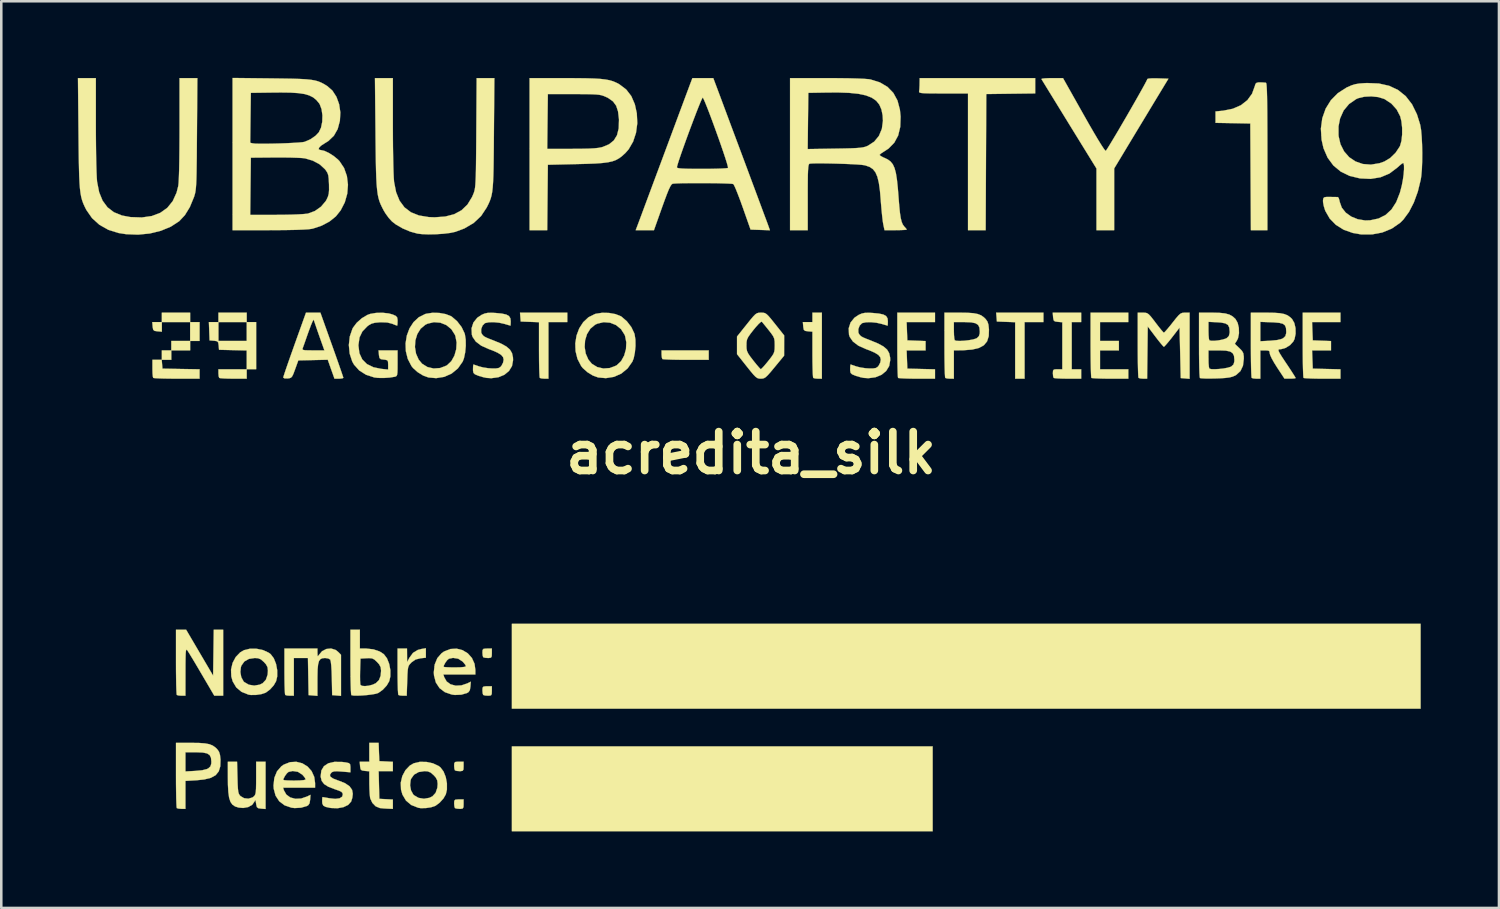
<source format=kicad_pcb>
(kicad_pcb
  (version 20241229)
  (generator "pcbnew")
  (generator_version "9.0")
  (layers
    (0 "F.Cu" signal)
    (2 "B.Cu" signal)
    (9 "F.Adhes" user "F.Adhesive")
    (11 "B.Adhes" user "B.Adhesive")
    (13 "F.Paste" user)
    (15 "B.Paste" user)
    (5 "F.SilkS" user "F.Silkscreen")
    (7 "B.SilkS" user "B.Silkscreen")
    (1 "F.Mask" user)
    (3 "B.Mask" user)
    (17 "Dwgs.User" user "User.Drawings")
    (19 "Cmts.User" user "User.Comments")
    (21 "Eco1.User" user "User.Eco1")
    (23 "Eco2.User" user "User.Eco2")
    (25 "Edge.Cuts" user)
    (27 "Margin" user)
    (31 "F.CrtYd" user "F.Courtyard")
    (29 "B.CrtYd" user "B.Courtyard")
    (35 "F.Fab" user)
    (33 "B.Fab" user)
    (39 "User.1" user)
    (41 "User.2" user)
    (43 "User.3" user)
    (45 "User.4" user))
  (footprint "acredita_silk"
    (layer "F.Cu")
    (at 26.383 14.697)
    (property "Reference" "acredita_silk" (at 0 0 0) (layer "F.SilkS") (effects (font (size 1.524 1.524) (thickness 0.3))))
    (attr through_hole)
    (fp_poly (pts (xy -23.091 -5.496) (xy -21.983 -5.496) (xy -21.983 -5.126) (xy -23.091 -5.126) (xy -23.091 -5.496)) (stroke (width 0.01) (type solid)) (fill yes) (layer "F.SilkS"))
    (fp_poly (pts (xy -22.721 -4.387) (xy -21.983 -4.387) (xy -21.983 -4.018) (xy -22.721 -4.018) (xy -22.721 -4.387)) (stroke (width 0.01) (type solid)) (fill yes) (layer "F.SilkS"))
    (fp_poly (pts (xy -22.721 -3.648) (xy -23.091 -3.648) (xy -23.091 -4.018) (xy -22.721 -4.018) (xy -22.721 -3.648)) (stroke (width 0.01) (type solid)) (fill yes) (layer "F.SilkS"))
    (fp_poly (pts (xy -21.983 -5.126) (xy -21.613 -5.126) (xy -21.613 -4.387) (xy -21.983 -4.387) (xy -21.983 -5.126)) (stroke (width 0.01) (type solid)) (fill yes) (layer "F.SilkS"))
    (fp_poly (pts (xy -20.874 -5.496) (xy -19.766 -5.496) (xy -19.766 -5.126) (xy -20.874 -5.126) (xy -20.874 -5.496)) (stroke (width 0.01) (type solid)) (fill yes) (layer "F.SilkS"))
    (fp_poly (pts (xy 7.112 14.824) (xy -9.375 14.824) (xy -9.375 11.499) (xy 7.112 11.499) (xy 7.112 14.824)) (stroke (width 0.01) (type solid)) (fill yes) (layer "F.SilkS"))
    (fp_poly (pts (xy 26.231 10.021) (xy -9.375 10.021) (xy -9.375 6.696) (xy 26.231 6.696) (xy 26.231 10.021)) (stroke (width 0.01) (type solid)) (fill yes) (layer "F.SilkS"))
    (fp_poly (pts (xy -23.091 -4.751) (xy -23.264 -4.765) (xy -23.378 -4.782) (xy -23.43 -4.827) (xy -23.45 -4.929) (xy -23.452 -4.953) (xy -23.466 -5.126) (xy -23.091 -5.126) (xy -23.091 -4.751)) (stroke (width 0.01) (type solid)) (fill yes) (layer "F.SilkS"))
    (fp_poly (pts (xy 11.453 -5.126) (xy 10.714 -5.126) (xy 10.714 -2.909) (xy 10.345 -2.909) (xy 10.345 -5.122) (xy 9.629 -5.149) (xy 9.615 -5.322) (xy 9.6 -5.496) (xy 11.453 -5.496) (xy 11.453 -5.126)) (stroke (width 0.01) (type solid)) (fill yes) (layer "F.SilkS"))
    (fp_poly (pts (xy -19.766 -2.909) (xy -20.289 -2.909) (xy -20.5 -2.912) (xy -20.677 -2.919) (xy -20.798 -2.929) (xy -20.843 -2.94) (xy -20.865 -3.004) (xy -20.874 -3.116) (xy -20.874 -3.125) (xy -20.874 -3.279) (xy -19.766 -3.279) (xy -19.766 -2.909)) (stroke (width 0.01) (type solid)) (fill yes) (layer "F.SilkS"))
    (fp_poly (pts (xy -1.663 -3.648) (xy -2.555 -3.648) (xy -2.834 -3.65) (xy -3.08 -3.654) (xy -3.279 -3.661) (xy -3.417 -3.669) (xy -3.478 -3.678) (xy -3.479 -3.679) (xy -3.5 -3.743) (xy -3.51 -3.855) (xy -3.51 -3.864) (xy -3.51 -4.018) (xy -1.663 -4.018) (xy -1.663 -3.648)) (stroke (width 0.01) (type solid)) (fill yes) (layer "F.SilkS"))
    (fp_poly (pts (xy -11.268 12.284) (xy -11.273 12.403) (xy -11.303 12.455) (xy -11.38 12.469) (xy -11.422 12.469) (xy -11.536 12.461) (xy -11.605 12.44) (xy -11.607 12.438) (xy -11.628 12.375) (xy -11.638 12.263) (xy -11.638 12.254) (xy -11.632 12.155) (xy -11.596 12.111) (xy -11.503 12.1) (xy -11.453 12.1) (xy -11.268 12.1) (xy -11.268 12.284)) (stroke (width 0.01) (type solid)) (fill yes) (layer "F.SilkS"))
    (fp_poly (pts (xy -11.268 13.762) (xy -11.273 13.88) (xy -11.303 13.933) (xy -11.38 13.947) (xy -11.422 13.947) (xy -11.536 13.938) (xy -11.605 13.918) (xy -11.607 13.916) (xy -11.628 13.853) (xy -11.638 13.741) (xy -11.638 13.731) (xy -11.632 13.633) (xy -11.596 13.589) (xy -11.503 13.578) (xy -11.453 13.577) (xy -11.268 13.577) (xy -11.268 13.762)) (stroke (width 0.01) (type solid)) (fill yes) (layer "F.SilkS"))
    (fp_poly (pts (xy -10.16 7.851) (xy -10.165 7.969) (xy -10.195 8.022) (xy -10.272 8.035) (xy -10.314 8.036) (xy -10.428 8.027) (xy -10.497 8.007) (xy -10.499 8.005) (xy -10.52 7.941) (xy -10.529 7.829) (xy -10.529 7.82) (xy -10.523 7.722) (xy -10.487 7.678) (xy -10.395 7.667) (xy -10.345 7.666) (xy -10.16 7.666) (xy -10.16 7.851)) (stroke (width 0.01) (type solid)) (fill yes) (layer "F.SilkS"))
    (fp_poly (pts (xy -10.16 9.329) (xy -10.165 9.447) (xy -10.195 9.5) (xy -10.272 9.513) (xy -10.314 9.513) (xy -10.428 9.505) (xy -10.497 9.484) (xy -10.499 9.483) (xy -10.52 9.419) (xy -10.529 9.307) (xy -10.529 9.298) (xy -10.523 9.199) (xy -10.487 9.156) (xy -10.395 9.144) (xy -10.345 9.144) (xy -10.16 9.144) (xy -10.16 9.329)) (stroke (width 0.01) (type solid)) (fill yes) (layer "F.SilkS"))
    (fp_poly (pts (xy -19.766 -4.015) (xy -20.308 -4.028) (xy -20.851 -4.041) (xy -20.865 -4.211) (xy -20.882 -4.325) (xy -20.928 -4.376) (xy -21.033 -4.395) (xy -21.05 -4.396) (xy -21.221 -4.41) (xy -21.248 -5.126) (xy -20.874 -5.126) (xy -20.874 -4.387) (xy -19.766 -4.387) (xy -19.766 -5.126) (xy -19.396 -5.126) (xy -19.396 -3.279) (xy -19.766 -3.279) (xy -19.766 -4.015)) (stroke (width 0.01) (type solid)) (fill yes) (layer "F.SilkS"))
    (fp_poly (pts (xy -23.082 -3.475) (xy -23.068 -3.302) (xy -22.34 -3.289) (xy -21.613 -3.277) (xy -21.613 -2.909) (xy -22.506 -2.909) (xy -22.784 -2.911) (xy -23.03 -2.915) (xy -23.23 -2.922) (xy -23.367 -2.93) (xy -23.428 -2.939) (xy -23.43 -2.94) (xy -23.445 -2.998) (xy -23.456 -3.123) (xy -23.46 -3.289) (xy -23.46 -3.31) (xy -23.46 -3.648) (xy -23.096 -3.648) (xy -23.082 -3.475)) (stroke (width 0.01) (type solid)) (fill yes) (layer "F.SilkS"))
    (fp_poly (pts (xy -7.204 -5.126) (xy -7.943 -5.126) (xy -7.943 -2.909) (xy -8.097 -2.909) (xy -8.211 -2.918) (xy -8.28 -2.938) (xy -8.282 -2.94) (xy -8.291 -2.993) (xy -8.298 -3.125) (xy -8.305 -3.323) (xy -8.31 -3.574) (xy -8.312 -3.863) (xy -8.313 -4.047) (xy -8.313 -5.122) (xy -9.029 -5.149) (xy -9.043 -5.322) (xy -9.057 -5.496) (xy -7.204 -5.496) (xy -7.204 -5.126)) (stroke (width 0.01) (type solid)) (fill yes) (layer "F.SilkS"))
    (fp_poly (pts (xy 2.771 -2.909) (xy 2.617 -2.909) (xy 2.503 -2.918) (xy 2.434 -2.938) (xy 2.432 -2.94) (xy 2.423 -2.994) (xy 2.414 -3.125) (xy 2.408 -3.32) (xy 2.403 -3.562) (xy 2.401 -3.838) (xy 2.401 -3.861) (xy 2.401 -4.751) (xy 2.228 -4.765) (xy 2.114 -4.782) (xy 2.062 -4.827) (xy 2.043 -4.929) (xy 2.041 -4.953) (xy 2.026 -5.126) (xy 2.401 -5.126) (xy 2.401 -5.496) (xy 2.771 -5.496) (xy 2.771 -2.909)) (stroke (width 0.01) (type solid)) (fill yes) (layer "F.SilkS"))
    (fp_poly (pts (xy 11.13 -14.087) (xy 10.172 -14.075) (xy 9.213 -14.062) (xy 9.201 -11.395) (xy 9.189 -8.728) (xy 8.497 -8.728) (xy 8.497 -14.085) (xy 7.532 -14.085) (xy 7.209 -14.086) (xy 6.968 -14.088) (xy 6.796 -14.093) (xy 6.683 -14.101) (xy 6.617 -14.114) (xy 6.586 -14.132) (xy 6.58 -14.157) (xy 6.581 -14.166) (xy 6.592 -14.26) (xy 6.599 -14.402) (xy 6.6 -14.466) (xy 6.604 -14.686) (xy 11.13 -14.686) (xy 11.13 -14.087)) (stroke (width 0.01) (type solid)) (fill yes) (layer "F.SilkS"))
    (fp_poly (pts (xy 14.778 -5.126) (xy 13.67 -5.126) (xy 13.67 -4.387) (xy 14.409 -4.387) (xy 14.409 -4.018) (xy 13.67 -4.018) (xy 13.67 -3.279) (xy 14.778 -3.279) (xy 14.778 -2.909) (xy 14.07 -2.909) (xy 13.823 -2.911) (xy 13.61 -2.917) (xy 13.446 -2.925) (xy 13.35 -2.934) (xy 13.331 -2.94) (xy 13.323 -2.993) (xy 13.316 -3.125) (xy 13.31 -3.326) (xy 13.305 -3.582) (xy 13.302 -3.882) (xy 13.3 -4.213) (xy 13.3 -4.233) (xy 13.3 -5.496) (xy 14.778 -5.496) (xy 14.778 -5.126)) (stroke (width 0.01) (type solid)) (fill yes) (layer "F.SilkS"))
    (fp_poly (pts (xy 7.204 -5.126) (xy 6.092 -5.126) (xy 6.119 -4.41) (xy 6.835 -4.383) (xy 6.835 -4.018) (xy 6.092 -4.018) (xy 6.119 -3.302) (xy 6.662 -3.289) (xy 7.204 -3.276) (xy 7.204 -2.909) (xy 6.496 -2.909) (xy 6.249 -2.911) (xy 6.036 -2.917) (xy 5.872 -2.925) (xy 5.776 -2.934) (xy 5.757 -2.94) (xy 5.749 -2.993) (xy 5.742 -3.125) (xy 5.736 -3.326) (xy 5.731 -3.582) (xy 5.728 -3.882) (xy 5.727 -4.213) (xy 5.727 -4.233) (xy 5.727 -5.496) (xy 7.204 -5.496) (xy 7.204 -5.126)) (stroke (width 0.01) (type solid)) (fill yes) (layer "F.SilkS"))
    (fp_poly (pts (xy 12.931 -5.126) (xy 12.561 -5.126) (xy 12.561 -3.279) (xy 12.931 -3.279) (xy 12.931 -2.909) (xy 12.408 -2.909) (xy 12.196 -2.912) (xy 12.02 -2.919) (xy 11.899 -2.929) (xy 11.853 -2.94) (xy 11.832 -3.004) (xy 11.823 -3.116) (xy 11.823 -3.125) (xy 11.829 -3.224) (xy 11.865 -3.267) (xy 11.957 -3.279) (xy 12.007 -3.279) (xy 12.192 -3.279) (xy 12.192 -5.121) (xy 12.019 -5.135) (xy 11.904 -5.152) (xy 11.853 -5.196) (xy 11.833 -5.299) (xy 11.831 -5.322) (xy 11.817 -5.496) (xy 12.931 -5.496) (xy 12.931 -5.126)) (stroke (width 0.01) (type solid)) (fill yes) (layer "F.SilkS"))
    (fp_poly (pts (xy 23.091 -5.126) (xy 21.979 -5.126) (xy 21.992 -4.768) (xy 22.006 -4.41) (xy 22.721 -4.383) (xy 22.721 -4.018) (xy 21.979 -4.018) (xy 21.992 -3.66) (xy 22.006 -3.302) (xy 23.091 -3.276) (xy 23.091 -2.909) (xy 22.383 -2.909) (xy 22.136 -2.911) (xy 21.922 -2.917) (xy 21.759 -2.925) (xy 21.662 -2.934) (xy 21.644 -2.94) (xy 21.636 -2.993) (xy 21.629 -3.125) (xy 21.622 -3.326) (xy 21.617 -3.582) (xy 21.614 -3.882) (xy 21.613 -4.213) (xy 21.613 -4.233) (xy 21.613 -5.496) (xy 23.091 -5.496) (xy 23.091 -5.126)) (stroke (width 0.01) (type solid)) (fill yes) (layer "F.SilkS"))
    (fp_poly (pts (xy 20.039 -14.516) (xy 20.17 -14.506) (xy 20.182 -14.487) (xy 20.193 -14.429) (xy 20.201 -14.325) (xy 20.209 -14.171) (xy 20.215 -13.961) (xy 20.219 -13.689) (xy 20.223 -13.349) (xy 20.225 -12.936) (xy 20.227 -12.444) (xy 20.228 -11.868) (xy 20.228 -11.615) (xy 20.228 -8.728) (xy 19.582 -8.728) (xy 19.558 -12.908) (xy 18.877 -12.921) (xy 18.196 -12.933) (xy 18.196 -13.38) (xy 18.502 -13.411) (xy 18.874 -13.486) (xy 19.19 -13.624) (xy 19.443 -13.822) (xy 19.627 -14.075) (xy 19.737 -14.378) (xy 19.739 -14.386) (xy 19.762 -14.46) (xy 19.807 -14.503) (xy 19.893 -14.52) (xy 20.039 -14.516)) (stroke (width 0.01) (type solid)) (fill yes) (layer "F.SilkS"))
    (fp_poly (pts (xy -14.584 11.719) (xy -14.57 12.077) (xy -14.305 12.09) (xy -14.039 12.104) (xy -14.039 12.469) (xy -14.596 12.469) (xy -14.583 13.012) (xy -14.57 13.554) (xy -14.039 13.582) (xy -14.039 13.947) (xy -14.236 13.94) (xy -14.393 13.931) (xy -14.533 13.917) (xy -14.555 13.914) (xy -14.712 13.848) (xy -14.842 13.715) (xy -14.924 13.541) (xy -14.933 13.496) (xy -14.946 13.371) (xy -14.956 13.186) (xy -14.962 12.975) (xy -14.962 12.899) (xy -14.963 12.475) (xy -15.136 12.46) (xy -15.25 12.443) (xy -15.302 12.399) (xy -15.322 12.296) (xy -15.324 12.273) (xy -15.338 12.1) (xy -14.963 12.1) (xy -14.963 11.361) (xy -14.597 11.361) (xy -14.584 11.719)) (stroke (width 0.01) (type solid)) (fill yes) (layer "F.SilkS"))
    (fp_poly (pts (xy -12.746 8.024) (xy -12.96 8.048) (xy -13.148 8.094) (xy -13.298 8.198) (xy -13.315 8.214) (xy -13.374 8.276) (xy -13.415 8.335) (xy -13.441 8.409) (xy -13.457 8.518) (xy -13.468 8.679) (xy -13.476 8.913) (xy -13.477 8.935) (xy -13.496 9.513) (xy -13.645 9.513) (xy -13.757 9.505) (xy -13.823 9.484) (xy -13.824 9.483) (xy -13.833 9.429) (xy -13.842 9.298) (xy -13.848 9.103) (xy -13.853 8.861) (xy -13.855 8.585) (xy -13.855 8.559) (xy -13.855 7.666) (xy -13.485 7.666) (xy -13.483 7.932) (xy -13.481 8.197) (xy -13.39 8.025) (xy -13.25 7.835) (xy -13.065 7.721) (xy -12.913 7.681) (xy -12.746 7.654) (xy -12.746 8.024)) (stroke (width 0.01) (type solid)) (fill yes) (layer "F.SilkS"))
    (fp_poly (pts (xy -21.611 7.828) (xy -21.082 8.728) (xy -21.057 6.927) (xy -20.689 6.927) (xy -20.689 9.513) (xy -20.863 9.513) (xy -21.036 9.513) (xy -21.53 8.671) (xy -21.681 8.414) (xy -21.82 8.179) (xy -21.94 7.981) (xy -22.031 7.832) (xy -22.086 7.746) (xy -22.094 7.735) (xy -22.118 7.711) (xy -22.136 7.717) (xy -22.148 7.763) (xy -22.157 7.859) (xy -22.162 8.017) (xy -22.165 8.245) (xy -22.166 8.554) (xy -22.166 8.578) (xy -22.167 9.513) (xy -22.321 9.513) (xy -22.435 9.505) (xy -22.504 9.484) (xy -22.506 9.483) (xy -22.514 9.43) (xy -22.521 9.297) (xy -22.528 9.097) (xy -22.532 8.841) (xy -22.536 8.541) (xy -22.537 8.21) (xy -22.537 8.19) (xy -22.537 6.927) (xy -22.14 6.927) (xy -21.611 7.828)) (stroke (width 0.01) (type solid)) (fill yes) (layer "F.SilkS"))
    (fp_poly (pts (xy -20.128 12.722) (xy -20.121 12.976) (xy -20.111 13.155) (xy -20.097 13.275) (xy -20.075 13.355) (xy -20.042 13.41) (xy -20.009 13.447) (xy -19.869 13.529) (xy -19.701 13.548) (xy -19.544 13.502) (xy -19.491 13.464) (xy -19.453 13.423) (xy -19.427 13.368) (xy -19.41 13.284) (xy -19.401 13.154) (xy -19.397 12.961) (xy -19.396 12.739) (xy -19.396 12.1) (xy -19.027 12.1) (xy -19.027 13.952) (xy -19.2 13.938) (xy -19.312 13.922) (xy -19.367 13.879) (xy -19.392 13.78) (xy -19.398 13.739) (xy -19.416 13.631) (xy -19.433 13.605) (xy -19.457 13.652) (xy -19.457 13.654) (xy -19.55 13.787) (xy -19.705 13.876) (xy -19.902 13.912) (xy -20.079 13.897) (xy -20.219 13.854) (xy -20.325 13.783) (xy -20.402 13.674) (xy -20.455 13.514) (xy -20.486 13.292) (xy -20.502 12.999) (xy -20.504 12.735) (xy -20.505 12.1) (xy -20.144 12.1) (xy -20.128 12.722)) (stroke (width 0.01) (type solid)) (fill yes) (layer "F.SilkS"))
    (fp_poly (pts (xy -16.286 7.718) (xy -16.193 7.788) (xy -16.071 7.91) (xy -16.071 9.519) (xy -16.244 9.505) (xy -16.418 9.49) (xy -16.431 8.824) (xy -16.439 8.555) (xy -16.453 8.336) (xy -16.471 8.179) (xy -16.492 8.1) (xy -16.494 8.097) (xy -16.572 8.054) (xy -16.692 8.036) (xy -16.698 8.036) (xy -16.804 8.046) (xy -16.882 8.083) (xy -16.935 8.16) (xy -16.969 8.289) (xy -16.988 8.482) (xy -16.994 8.75) (xy -16.995 8.88) (xy -16.995 9.519) (xy -17.341 9.49) (xy -17.367 8.036) (xy -17.919 8.036) (xy -17.919 9.513) (xy -18.072 9.513) (xy -18.187 9.505) (xy -18.255 9.484) (xy -18.257 9.483) (xy -18.267 9.429) (xy -18.275 9.298) (xy -18.282 9.103) (xy -18.286 8.861) (xy -18.288 8.585) (xy -18.288 8.559) (xy -18.288 7.666) (xy -16.995 7.666) (xy -16.994 7.839) (xy -16.989 7.945) (xy -16.975 7.969) (xy -16.943 7.923) (xy -16.941 7.92) (xy -16.814 7.77) (xy -16.646 7.683) (xy -16.462 7.664) (xy -16.286 7.718)) (stroke (width 0.01) (type solid)) (fill yes) (layer "F.SilkS"))
    (fp_poly (pts (xy -21.631 11.365) (xy -21.401 11.382) (xy -21.229 11.414) (xy -21.098 11.467) (xy -20.989 11.544) (xy -20.922 11.61) (xy -20.852 11.708) (xy -20.813 11.832) (xy -20.793 12.013) (xy -20.793 12.02) (xy -20.801 12.278) (xy -20.862 12.478) (xy -20.983 12.627) (xy -21.171 12.731) (xy -21.435 12.796) (xy -21.727 12.826) (xy -22.167 12.852) (xy -22.167 13.947) (xy -22.321 13.947) (xy -22.435 13.938) (xy -22.504 13.918) (xy -22.506 13.916) (xy -22.514 13.864) (xy -22.521 13.731) (xy -22.528 13.53) (xy -22.532 13.274) (xy -22.536 12.974) (xy -22.537 12.643) (xy -22.537 12.623) (xy -22.537 11.73) (xy -22.167 11.73) (xy -22.167 12.481) (xy -21.78 12.46) (xy -21.508 12.434) (xy -21.326 12.388) (xy -21.272 12.361) (xy -21.188 12.284) (xy -21.155 12.178) (xy -21.151 12.099) (xy -21.166 11.945) (xy -21.218 11.84) (xy -21.32 11.774) (xy -21.487 11.74) (xy -21.731 11.73) (xy -21.752 11.73) (xy -22.167 11.73) (xy -22.537 11.73) (xy -22.537 11.361) (xy -21.935 11.361) (xy -21.631 11.365)) (stroke (width 0.01) (type solid)) (fill yes) (layer "F.SilkS"))
    (fp_poly (pts (xy 15.441 -5.493) (xy 15.512 -5.476) (xy 15.578 -5.432) (xy 15.658 -5.348) (xy 15.766 -5.21) (xy 15.846 -5.104) (xy 15.97 -4.943) (xy 16.074 -4.814) (xy 16.147 -4.733) (xy 16.173 -4.711) (xy 16.212 -4.745) (xy 16.295 -4.838) (xy 16.408 -4.973) (xy 16.511 -5.103) (xy 16.649 -5.277) (xy 16.747 -5.39) (xy 16.822 -5.456) (xy 16.889 -5.486) (xy 16.965 -5.495) (xy 16.999 -5.496) (xy 17.18 -5.496) (xy 17.18 -2.904) (xy 16.833 -2.933) (xy 16.81 -3.922) (xy 16.787 -4.91) (xy 16.496 -4.533) (xy 16.372 -4.377) (xy 16.267 -4.253) (xy 16.196 -4.176) (xy 16.172 -4.158) (xy 16.133 -4.194) (xy 16.052 -4.288) (xy 15.941 -4.426) (xy 15.84 -4.558) (xy 15.54 -4.955) (xy 15.528 -3.932) (xy 15.515 -2.909) (xy 15.362 -2.909) (xy 15.248 -2.918) (xy 15.18 -2.939) (xy 15.178 -2.94) (xy 15.17 -2.993) (xy 15.163 -3.125) (xy 15.157 -3.326) (xy 15.152 -3.582) (xy 15.149 -3.882) (xy 15.148 -4.213) (xy 15.148 -4.233) (xy 15.148 -5.496) (xy 15.349 -5.496) (xy 15.441 -5.493)) (stroke (width 0.01) (type solid)) (fill yes) (layer "F.SilkS"))
    (fp_poly (pts (xy -19.377 7.674) (xy -19.119 7.729) (xy -18.898 7.832) (xy -18.826 7.887) (xy -18.704 8.048) (xy -18.617 8.267) (xy -18.571 8.513) (xy -18.571 8.758) (xy -18.614 8.945) (xy -18.708 9.108) (xy -18.853 9.269) (xy -19.012 9.388) (xy -19.027 9.396) (xy -19.194 9.452) (xy -19.403 9.483) (xy -19.605 9.485) (xy -19.697 9.471) (xy -19.969 9.362) (xy -20.175 9.189) (xy -20.315 8.953) (xy -20.37 8.757) (xy -20.376 8.592) (xy -20.015 8.592) (xy -19.978 8.79) (xy -19.891 8.949) (xy -19.863 8.978) (xy -19.684 9.082) (xy -19.472 9.117) (xy -19.258 9.081) (xy -19.139 9.022) (xy -19.014 8.887) (xy -18.946 8.686) (xy -18.935 8.537) (xy -18.95 8.398) (xy -19.01 8.284) (xy -19.092 8.193) (xy -19.21 8.09) (xy -19.323 8.045) (xy -19.449 8.036) (xy -19.679 8.071) (xy -19.858 8.172) (xy -19.972 8.331) (xy -19.993 8.39) (xy -20.015 8.592) (xy -20.376 8.592) (xy -20.38 8.489) (xy -20.319 8.228) (xy -20.196 7.997) (xy -20.022 7.816) (xy -19.872 7.729) (xy -19.639 7.672) (xy -19.377 7.674)) (stroke (width 0.01) (type solid)) (fill yes) (layer "F.SilkS"))
    (fp_poly (pts (xy -12.727 12.108) (xy -12.469 12.163) (xy -12.248 12.266) (xy -12.176 12.321) (xy -12.054 12.482) (xy -11.967 12.7) (xy -11.921 12.947) (xy -11.921 13.192) (xy -11.964 13.378) (xy -12.058 13.542) (xy -12.203 13.702) (xy -12.362 13.822) (xy -12.377 13.83) (xy -12.544 13.886) (xy -12.752 13.917) (xy -12.955 13.918) (xy -13.046 13.904) (xy -13.319 13.796) (xy -13.525 13.623) (xy -13.665 13.386) (xy -13.72 13.191) (xy -13.726 13.025) (xy -13.364 13.025) (xy -13.328 13.223) (xy -13.241 13.382) (xy -13.213 13.411) (xy -13.033 13.516) (xy -12.821 13.551) (xy -12.608 13.514) (xy -12.488 13.455) (xy -12.364 13.32) (xy -12.296 13.119) (xy -12.284 12.97) (xy -12.3 12.831) (xy -12.359 12.717) (xy -12.441 12.626) (xy -12.56 12.524) (xy -12.673 12.478) (xy -12.799 12.469) (xy -13.029 12.505) (xy -13.208 12.606) (xy -13.322 12.764) (xy -13.343 12.823) (xy -13.364 13.025) (xy -13.726 13.025) (xy -13.73 12.922) (xy -13.669 12.662) (xy -13.546 12.431) (xy -13.372 12.249) (xy -13.222 12.162) (xy -12.989 12.106) (xy -12.727 12.108)) (stroke (width 0.01) (type solid)) (fill yes) (layer "F.SilkS"))
    (fp_poly (pts (xy 13.026 -13.255) (xy 13.244 -12.87) (xy 13.437 -12.538) (xy 13.6 -12.263) (xy 13.731 -12.052) (xy 13.826 -11.909) (xy 13.882 -11.84) (xy 13.893 -11.834) (xy 13.925 -11.875) (xy 13.995 -11.984) (xy 14.098 -12.152) (xy 14.227 -12.367) (xy 14.376 -12.617) (xy 14.537 -12.893) (xy 14.706 -13.182) (xy 14.874 -13.474) (xy 15.037 -13.758) (xy 15.186 -14.021) (xy 15.317 -14.254) (xy 15.422 -14.445) (xy 15.495 -14.583) (xy 15.527 -14.653) (xy 15.577 -14.668) (xy 15.696 -14.677) (xy 15.865 -14.678) (xy 15.946 -14.676) (xy 16.35 -14.663) (xy 15.943 -13.992) (xy 15.803 -13.761) (xy 15.627 -13.47) (xy 15.429 -13.141) (xy 15.219 -12.795) (xy 15.011 -12.45) (xy 14.88 -12.233) (xy 14.224 -11.144) (xy 14.224 -8.728) (xy 13.531 -8.728) (xy 13.531 -11.144) (xy 12.461 -12.88) (xy 12.238 -13.243) (xy 12.03 -13.581) (xy 11.842 -13.887) (xy 11.678 -14.153) (xy 11.545 -14.37) (xy 11.446 -14.531) (xy 11.388 -14.627) (xy 11.373 -14.651) (xy 11.408 -14.666) (xy 11.516 -14.678) (xy 11.678 -14.685) (xy 11.788 -14.686) (xy 12.22 -14.686) (xy 13.026 -13.255)) (stroke (width 0.01) (type solid)) (fill yes) (layer "F.SilkS"))
    (fp_poly (pts (xy -17.588 12.162) (xy -17.384 12.287) (xy -17.223 12.468) (xy -17.119 12.698) (xy -17.087 12.934) (xy -17.087 13.116) (xy -18.34 13.116) (xy -18.309 13.22) (xy -18.214 13.387) (xy -18.059 13.5) (xy -17.86 13.553) (xy -17.635 13.543) (xy -17.4 13.463) (xy -17.396 13.462) (xy -17.267 13.397) (xy -17.281 13.591) (xy -17.303 13.727) (xy -17.355 13.804) (xy -17.411 13.837) (xy -17.634 13.901) (xy -17.885 13.916) (xy -18.011 13.901) (xy -18.281 13.809) (xy -18.491 13.65) (xy -18.635 13.43) (xy -18.708 13.156) (xy -18.716 13.029) (xy -18.692 12.813) (xy -18.334 12.813) (xy -18.291 12.824) (xy -18.176 12.833) (xy -18.009 12.838) (xy -17.895 12.839) (xy -17.668 12.833) (xy -17.52 12.819) (xy -17.458 12.794) (xy -17.457 12.789) (xy -17.487 12.727) (xy -17.562 12.635) (xy -17.592 12.604) (xy -17.761 12.496) (xy -17.961 12.464) (xy -18.124 12.498) (xy -18.19 12.554) (xy -18.265 12.655) (xy -18.321 12.76) (xy -18.334 12.813) (xy -18.692 12.813) (xy -18.682 12.728) (xy -18.578 12.475) (xy -18.408 12.279) (xy -18.314 12.214) (xy -18.068 12.117) (xy -17.821 12.103) (xy -17.588 12.162)) (stroke (width 0.01) (type solid)) (fill yes) (layer "F.SilkS"))
    (fp_poly (pts (xy -11.308 7.729) (xy -11.103 7.854) (xy -10.942 8.035) (xy -10.838 8.264) (xy -10.807 8.5) (xy -10.807 8.682) (xy -12.06 8.682) (xy -12.028 8.786) (xy -11.933 8.954) (xy -11.778 9.067) (xy -11.579 9.12) (xy -11.354 9.109) (xy -11.119 9.03) (xy -11.116 9.028) (xy -10.986 8.964) (xy -11 9.157) (xy -11.022 9.294) (xy -11.075 9.372) (xy -11.135 9.409) (xy -11.356 9.473) (xy -11.611 9.484) (xy -11.73 9.468) (xy -12.001 9.375) (xy -12.211 9.215) (xy -12.355 8.995) (xy -12.427 8.72) (xy -12.435 8.596) (xy -12.411 8.38) (xy -12.053 8.38) (xy -12.011 8.391) (xy -11.895 8.399) (xy -11.728 8.404) (xy -11.615 8.405) (xy -11.387 8.4) (xy -11.24 8.385) (xy -11.178 8.361) (xy -11.176 8.355) (xy -11.206 8.294) (xy -11.282 8.201) (xy -11.311 8.171) (xy -11.48 8.063) (xy -11.68 8.031) (xy -11.844 8.064) (xy -11.91 8.12) (xy -11.984 8.221) (xy -12.04 8.326) (xy -12.053 8.38) (xy -12.411 8.38) (xy -12.401 8.294) (xy -12.297 8.041) (xy -12.127 7.846) (xy -12.033 7.781) (xy -11.787 7.684) (xy -11.541 7.67) (xy -11.308 7.729)) (stroke (width 0.01) (type solid)) (fill yes) (layer "F.SilkS"))
    (fp_poly (pts (xy -15.332 7.666) (xy -15.077 7.666) (xy -14.801 7.697) (xy -14.554 7.781) (xy -14.392 7.887) (xy -14.27 8.048) (xy -14.183 8.267) (xy -14.137 8.513) (xy -14.138 8.758) (xy -14.181 8.945) (xy -14.28 9.115) (xy -14.433 9.28) (xy -14.609 9.405) (xy -14.612 9.407) (xy -14.709 9.438) (xy -14.864 9.465) (xy -15.051 9.488) (xy -15.249 9.504) (xy -15.432 9.511) (xy -15.577 9.508) (xy -15.66 9.493) (xy -15.667 9.488) (xy -15.676 9.434) (xy -15.684 9.3) (xy -15.691 9.098) (xy -15.697 8.841) (xy -15.698 8.748) (xy -15.326 8.748) (xy -15.324 8.924) (xy -15.317 9.048) (xy -15.31 9.089) (xy -15.251 9.127) (xy -15.133 9.137) (xy -14.985 9.121) (xy -14.834 9.082) (xy -14.709 9.024) (xy -14.707 9.023) (xy -14.584 8.902) (xy -14.518 8.732) (xy -14.501 8.536) (xy -14.516 8.399) (xy -14.575 8.286) (xy -14.661 8.19) (xy -14.764 8.096) (xy -14.853 8.051) (xy -14.97 8.041) (xy -15.065 8.045) (xy -15.309 8.059) (xy -15.323 8.541) (xy -15.326 8.748) (xy -15.698 8.748) (xy -15.7 8.54) (xy -15.702 8.209) (xy -15.702 8.19) (xy -15.702 6.927) (xy -15.332 6.927) (xy -15.332 7.666)) (stroke (width 0.01) (type solid)) (fill yes) (layer "F.SilkS"))
    (fp_poly (pts (xy -16.028 12.109) (xy -15.875 12.129) (xy -15.762 12.155) (xy -15.714 12.202) (xy -15.702 12.302) (xy -15.702 12.336) (xy -15.702 12.514) (xy -16.039 12.486) (xy -16.224 12.474) (xy -16.342 12.479) (xy -16.415 12.504) (xy -16.453 12.534) (xy -16.506 12.616) (xy -16.485 12.688) (xy -16.384 12.758) (xy -16.197 12.831) (xy -16.171 12.839) (xy -15.911 12.943) (xy -15.735 13.063) (xy -15.637 13.204) (xy -15.609 13.357) (xy -15.628 13.514) (xy -15.672 13.655) (xy -15.677 13.666) (xy -15.791 13.792) (xy -15.972 13.879) (xy -16.201 13.922) (xy -16.458 13.914) (xy -16.51 13.906) (xy -16.674 13.869) (xy -16.765 13.819) (xy -16.804 13.737) (xy -16.81 13.644) (xy -16.806 13.538) (xy -16.797 13.486) (xy -16.796 13.485) (xy -16.746 13.493) (xy -16.633 13.512) (xy -16.53 13.531) (xy -16.295 13.556) (xy -16.125 13.534) (xy -16.026 13.469) (xy -16.002 13.39) (xy -16.013 13.328) (xy -16.057 13.279) (xy -16.153 13.233) (xy -16.319 13.176) (xy -16.323 13.174) (xy -16.568 13.08) (xy -16.732 12.976) (xy -16.828 12.852) (xy -16.866 12.695) (xy -16.868 12.666) (xy -16.841 12.443) (xy -16.74 12.275) (xy -16.569 12.162) (xy -16.331 12.106) (xy -16.028 12.109)) (stroke (width 0.01) (type solid)) (fill yes) (layer "F.SilkS"))
    (fp_poly (pts (xy 8.48 -5.491) (xy 8.709 -5.475) (xy 8.881 -5.442) (xy 9.013 -5.39) (xy 9.121 -5.312) (xy 9.188 -5.246) (xy 9.258 -5.148) (xy 9.298 -5.025) (xy 9.317 -4.843) (xy 9.318 -4.836) (xy 9.309 -4.576) (xy 9.245 -4.372) (xy 9.12 -4.22) (xy 8.928 -4.114) (xy 8.662 -4.05) (xy 8.317 -4.023) (xy 8.255 -4.022) (xy 7.943 -4.018) (xy 7.943 -2.909) (xy 7.789 -2.909) (xy 7.675 -2.918) (xy 7.607 -2.938) (xy 7.605 -2.94) (xy 7.597 -2.993) (xy 7.589 -3.125) (xy 7.583 -3.326) (xy 7.578 -3.582) (xy 7.575 -3.882) (xy 7.574 -4.213) (xy 7.574 -4.233) (xy 7.574 -5.126) (xy 7.943 -5.126) (xy 7.943 -4.788) (xy 7.948 -4.618) (xy 7.959 -4.485) (xy 7.976 -4.416) (xy 7.978 -4.413) (xy 8.048 -4.392) (xy 8.182 -4.387) (xy 8.353 -4.396) (xy 8.533 -4.417) (xy 8.695 -4.446) (xy 8.813 -4.482) (xy 8.84 -4.496) (xy 8.923 -4.573) (xy 8.956 -4.68) (xy 8.959 -4.758) (xy 8.945 -4.911) (xy 8.893 -5.016) (xy 8.79 -5.082) (xy 8.623 -5.116) (xy 8.38 -5.126) (xy 8.359 -5.126) (xy 7.943 -5.126) (xy 7.574 -5.126) (xy 7.574 -5.496) (xy 8.176 -5.496) (xy 8.48 -5.491)) (stroke (width 0.01) (type solid)) (fill yes) (layer "F.SilkS"))
    (fp_poly (pts (xy -16.429 -4.235) (xy -16.314 -3.913) (xy -16.21 -3.618) (xy -16.121 -3.363) (xy -16.05 -3.159) (xy -16.002 -3.016) (xy -15.98 -2.947) (xy -15.979 -2.942) (xy -16.02 -2.921) (xy -16.121 -2.91) (xy -16.153 -2.909) (xy -16.327 -2.909) (xy -16.459 -3.28) (xy -16.59 -3.651) (xy -17.167 -3.638) (xy -17.744 -3.625) (xy -17.869 -3.279) (xy -17.933 -3.106) (xy -17.982 -3.003) (xy -18.031 -2.949) (xy -18.094 -2.926) (xy -18.164 -2.918) (xy -18.283 -2.921) (xy -18.334 -2.95) (xy -18.334 -2.955) (xy -18.319 -3.011) (xy -18.277 -3.141) (xy -18.211 -3.336) (xy -18.125 -3.583) (xy -18.024 -3.871) (xy -17.956 -4.061) (xy -17.581 -4.061) (xy -17.555 -4.037) (xy -17.482 -4.024) (xy -17.345 -4.019) (xy -17.163 -4.018) (xy -16.722 -4.018) (xy -16.928 -4.598) (xy -17.004 -4.815) (xy -17.067 -5) (xy -17.113 -5.135) (xy -17.134 -5.205) (xy -17.135 -5.21) (xy -17.15 -5.216) (xy -17.191 -5.142) (xy -17.253 -4.993) (xy -17.333 -4.778) (xy -17.385 -4.633) (xy -17.454 -4.435) (xy -17.514 -4.264) (xy -17.558 -4.142) (xy -17.574 -4.099) (xy -17.581 -4.061) (xy -17.956 -4.061) (xy -17.911 -4.188) (xy -17.889 -4.251) (xy -17.443 -5.496) (xy -16.879 -5.496) (xy -16.429 -4.235)) (stroke (width 0.01) (type solid)) (fill yes) (layer "F.SilkS"))
    (fp_poly (pts (xy -12.221 -5.485) (xy -11.967 -5.439) (xy -11.759 -5.357) (xy -11.73 -5.339) (xy -11.521 -5.159) (xy -11.345 -4.93) (xy -11.229 -4.686) (xy -11.217 -4.646) (xy -11.185 -4.439) (xy -11.182 -4.191) (xy -11.206 -3.937) (xy -11.253 -3.711) (xy -11.303 -3.579) (xy -11.491 -3.312) (xy -11.736 -3.11) (xy -12.024 -2.981) (xy -12.343 -2.93) (xy -12.645 -2.957) (xy -12.854 -3.033) (xy -13.068 -3.165) (xy -13.249 -3.327) (xy -13.311 -3.405) (xy -13.455 -3.684) (xy -13.53 -3.986) (xy -13.536 -4.149) (xy -13.174 -4.149) (xy -13.132 -3.891) (xy -13.029 -3.658) (xy -12.893 -3.494) (xy -12.685 -3.365) (xy -12.442 -3.308) (xy -12.188 -3.326) (xy -11.946 -3.419) (xy -11.909 -3.442) (xy -11.746 -3.598) (xy -11.626 -3.814) (xy -11.556 -4.066) (xy -11.541 -4.329) (xy -11.589 -4.579) (xy -11.609 -4.631) (xy -11.749 -4.85) (xy -11.945 -5.01) (xy -12.179 -5.103) (xy -12.43 -5.123) (xy -12.68 -5.064) (xy -12.767 -5.022) (xy -12.951 -4.867) (xy -13.082 -4.657) (xy -13.157 -4.411) (xy -13.174 -4.149) (xy -13.536 -4.149) (xy -13.541 -4.296) (xy -13.492 -4.599) (xy -13.387 -4.88) (xy -13.23 -5.123) (xy -13.025 -5.315) (xy -12.777 -5.44) (xy -12.735 -5.453) (xy -12.488 -5.491) (xy -12.221 -5.485)) (stroke (width 0.01) (type solid)) (fill yes) (layer "F.SilkS"))
    (fp_poly (pts (xy -5.571 -5.485) (xy -5.316 -5.439) (xy -5.109 -5.357) (xy -5.08 -5.339) (xy -4.871 -5.159) (xy -4.695 -4.93) (xy -4.579 -4.686) (xy -4.567 -4.646) (xy -4.535 -4.439) (xy -4.532 -4.191) (xy -4.556 -3.937) (xy -4.602 -3.711) (xy -4.653 -3.579) (xy -4.841 -3.312) (xy -5.086 -3.11) (xy -5.374 -2.981) (xy -5.693 -2.93) (xy -5.995 -2.957) (xy -6.204 -3.033) (xy -6.418 -3.165) (xy -6.599 -3.327) (xy -6.661 -3.405) (xy -6.805 -3.684) (xy -6.88 -3.986) (xy -6.886 -4.149) (xy -6.524 -4.149) (xy -6.482 -3.891) (xy -6.379 -3.658) (xy -6.243 -3.494) (xy -6.035 -3.365) (xy -5.792 -3.308) (xy -5.538 -3.326) (xy -5.295 -3.419) (xy -5.259 -3.442) (xy -5.095 -3.598) (xy -4.976 -3.814) (xy -4.905 -4.066) (xy -4.891 -4.329) (xy -4.939 -4.579) (xy -4.959 -4.631) (xy -5.099 -4.85) (xy -5.295 -5.01) (xy -5.529 -5.103) (xy -5.78 -5.123) (xy -6.029 -5.064) (xy -6.116 -5.022) (xy -6.301 -4.867) (xy -6.432 -4.657) (xy -6.507 -4.411) (xy -6.524 -4.149) (xy -6.886 -4.149) (xy -6.891 -4.296) (xy -6.842 -4.599) (xy -6.737 -4.88) (xy -6.58 -5.123) (xy -6.375 -5.315) (xy -6.126 -5.44) (xy -6.085 -5.453) (xy -5.838 -5.491) (xy -5.571 -5.485)) (stroke (width 0.01) (type solid)) (fill yes) (layer "F.SilkS"))
    (fp_poly (pts (xy -14.198 -5.465) (xy -14.04 -5.421) (xy -13.923 -5.367) (xy -13.87 -5.307) (xy -13.855 -5.208) (xy -13.855 -5.167) (xy -13.859 -5.053) (xy -13.868 -4.991) (xy -13.872 -4.988) (xy -13.921 -5.004) (xy -14.024 -5.044) (xy -14.066 -5.062) (xy -14.26 -5.111) (xy -14.512 -5.12) (xy -14.554 -5.118) (xy -14.741 -5.101) (xy -14.871 -5.067) (xy -14.983 -5.004) (xy -15.041 -4.96) (xy -15.233 -4.761) (xy -15.346 -4.525) (xy -15.387 -4.238) (xy -15.388 -4.201) (xy -15.35 -3.906) (xy -15.239 -3.665) (xy -15.056 -3.482) (xy -14.803 -3.357) (xy -14.502 -3.295) (xy -14.224 -3.266) (xy -14.224 -3.454) (xy -14.229 -3.575) (xy -14.26 -3.631) (xy -14.342 -3.652) (xy -14.397 -3.657) (xy -14.512 -3.674) (xy -14.563 -3.719) (xy -14.583 -3.821) (xy -14.585 -3.845) (xy -14.599 -4.018) (xy -13.855 -4.018) (xy -13.855 -3.515) (xy -13.856 -3.294) (xy -13.861 -3.148) (xy -13.873 -3.061) (xy -13.897 -3.014) (xy -13.934 -2.993) (xy -13.958 -2.986) (xy -14.158 -2.953) (xy -14.394 -2.937) (xy -14.621 -2.94) (xy -14.766 -2.957) (xy -15.089 -3.062) (xy -15.357 -3.231) (xy -15.56 -3.457) (xy -15.631 -3.582) (xy -15.732 -3.892) (xy -15.764 -4.228) (xy -15.727 -4.562) (xy -15.622 -4.866) (xy -15.6 -4.907) (xy -15.455 -5.1) (xy -15.257 -5.276) (xy -15.039 -5.406) (xy -14.927 -5.447) (xy -14.698 -5.486) (xy -14.441 -5.492) (xy -14.198 -5.465)) (stroke (width 0.01) (type solid)) (fill yes) (layer "F.SilkS"))
    (fp_poly (pts (xy -7.285 -14.685) (xy -6.83 -14.684) (xy -6.456 -14.679) (xy -6.151 -14.67) (xy -5.906 -14.655) (xy -5.708 -14.632) (xy -5.547 -14.602) (xy -5.411 -14.562) (xy -5.29 -14.51) (xy -5.171 -14.447) (xy -5.159 -14.44) (xy -4.896 -14.24) (xy -4.697 -13.983) (xy -4.558 -13.662) (xy -4.48 -13.306) (xy -4.462 -12.917) (xy -4.512 -12.542) (xy -4.626 -12.197) (xy -4.798 -11.9) (xy -4.923 -11.757) (xy -5.047 -11.643) (xy -5.165 -11.552) (xy -5.29 -11.481) (xy -5.434 -11.427) (xy -5.61 -11.388) (xy -5.831 -11.36) (xy -6.108 -11.34) (xy -6.455 -11.327) (xy -6.812 -11.318) (xy -7.966 -11.291) (xy -7.979 -10.01) (xy -7.991 -8.728) (xy -8.682 -8.728) (xy -8.682 -11.915) (xy -7.991 -11.915) (xy -7.029 -11.915) (xy -6.663 -11.917) (xy -6.376 -11.923) (xy -6.155 -11.935) (xy -5.989 -11.952) (xy -5.863 -11.976) (xy -5.829 -11.985) (xy -5.571 -12.092) (xy -5.381 -12.244) (xy -5.256 -12.449) (xy -5.19 -12.714) (xy -5.179 -13.049) (xy -5.181 -13.088) (xy -5.216 -13.382) (xy -5.29 -13.606) (xy -5.415 -13.775) (xy -5.599 -13.905) (xy -5.695 -13.952) (xy -5.779 -13.987) (xy -5.861 -14.014) (xy -5.955 -14.033) (xy -6.076 -14.045) (xy -6.238 -14.053) (xy -6.456 -14.058) (xy -6.744 -14.06) (xy -6.95 -14.06) (xy -7.966 -14.062) (xy -7.979 -12.989) (xy -7.991 -11.915) (xy -8.682 -11.915) (xy -8.682 -14.686) (xy -7.285 -14.685)) (stroke (width 0.01) (type solid)) (fill yes) (layer "F.SilkS"))
    (fp_poly (pts (xy -25.677 -12.849) (xy -25.676 -12.428) (xy -25.672 -12.02) (xy -25.667 -11.639) (xy -25.66 -11.297) (xy -25.651 -11.008) (xy -25.641 -10.783) (xy -25.63 -10.635) (xy -25.628 -10.621) (xy -25.548 -10.215) (xy -25.413 -9.884) (xy -25.221 -9.624) (xy -24.97 -9.431) (xy -24.656 -9.303) (xy -24.324 -9.241) (xy -23.876 -9.226) (xy -23.485 -9.282) (xy -23.152 -9.408) (xy -22.878 -9.603) (xy -22.665 -9.867) (xy -22.514 -10.199) (xy -22.448 -10.46) (xy -22.435 -10.58) (xy -22.424 -10.787) (xy -22.414 -11.074) (xy -22.407 -11.434) (xy -22.402 -11.86) (xy -22.399 -12.348) (xy -22.398 -12.708) (xy -22.398 -14.686) (xy -21.7 -14.686) (xy -21.716 -12.504) (xy -21.72 -11.997) (xy -21.723 -11.573) (xy -21.728 -11.225) (xy -21.732 -10.941) (xy -21.738 -10.715) (xy -21.746 -10.537) (xy -21.756 -10.398) (xy -21.768 -10.289) (xy -21.782 -10.201) (xy -21.801 -10.126) (xy -21.822 -10.055) (xy -21.834 -10.021) (xy -21.995 -9.632) (xy -22.189 -9.316) (xy -22.411 -9.08) (xy -22.411 -9.08) (xy -22.741 -8.865) (xy -23.131 -8.704) (xy -23.564 -8.598) (xy -24.023 -8.553) (xy -24.491 -8.571) (xy -24.788 -8.617) (xy -25.188 -8.742) (xy -25.536 -8.938) (xy -25.826 -9.2) (xy -26.05 -9.522) (xy -26.068 -9.557) (xy -26.127 -9.676) (xy -26.176 -9.789) (xy -26.217 -9.905) (xy -26.251 -10.032) (xy -26.278 -10.181) (xy -26.3 -10.359) (xy -26.316 -10.575) (xy -26.329 -10.84) (xy -26.338 -11.161) (xy -26.346 -11.548) (xy -26.352 -12.01) (xy -26.357 -12.527) (xy -26.378 -14.686) (xy -25.677 -14.686) (xy -25.677 -12.849)) (stroke (width 0.01) (type solid)) (fill yes) (layer "F.SilkS"))
    (fp_poly (pts (xy 0.473 -5.493) (xy 0.541 -5.477) (xy 0.607 -5.436) (xy 0.687 -5.357) (xy 0.795 -5.23) (xy 0.939 -5.05) (xy 1.293 -4.605) (xy 1.292 -4.207) (xy 1.291 -3.81) (xy 0.92 -3.36) (xy 0.764 -3.172) (xy 0.652 -3.046) (xy 0.569 -2.968) (xy 0.501 -2.927) (xy 0.434 -2.912) (xy 0.379 -2.91) (xy 0.306 -2.914) (xy 0.242 -2.934) (xy 0.174 -2.982) (xy 0.089 -3.069) (xy -0.027 -3.207) (xy -0.173 -3.39) (xy -0.554 -3.87) (xy -0.554 -4.218) (xy -0.185 -4.218) (xy -0.181 -4.092) (xy -0.162 -3.993) (xy -0.117 -3.895) (xy -0.035 -3.774) (xy 0.081 -3.623) (xy 0.2 -3.475) (xy 0.299 -3.359) (xy 0.363 -3.291) (xy 0.379 -3.281) (xy 0.42 -3.314) (xy 0.504 -3.403) (xy 0.614 -3.533) (xy 0.668 -3.6) (xy 0.79 -3.756) (xy 0.866 -3.868) (xy 0.905 -3.963) (xy 0.921 -4.069) (xy 0.924 -4.213) (xy 0.924 -4.217) (xy 0.921 -4.368) (xy 0.904 -4.478) (xy 0.861 -4.576) (xy 0.78 -4.693) (xy 0.689 -4.809) (xy 0.575 -4.951) (xy 0.481 -5.066) (xy 0.424 -5.135) (xy 0.417 -5.143) (xy 0.374 -5.126) (xy 0.289 -5.049) (xy 0.177 -4.925) (xy 0.097 -4.828) (xy -0.033 -4.661) (xy -0.116 -4.541) (xy -0.161 -4.446) (xy -0.18 -4.35) (xy -0.185 -4.231) (xy -0.185 -4.218) (xy -0.554 -4.218) (xy -0.554 -4.56) (xy -0.18 -5.028) (xy -0.027 -5.219) (xy 0.084 -5.349) (xy 0.165 -5.431) (xy 0.232 -5.474) (xy 0.298 -5.492) (xy 0.377 -5.496) (xy 0.389 -5.496) (xy 0.473 -5.493)) (stroke (width 0.01) (type solid)) (fill yes) (layer "F.SilkS"))
    (fp_poly (pts (xy 20.487 -5.491) (xy 20.717 -5.475) (xy 20.889 -5.442) (xy 21.02 -5.39) (xy 21.128 -5.312) (xy 21.195 -5.246) (xy 21.283 -5.093) (xy 21.33 -4.89) (xy 21.334 -4.67) (xy 21.293 -4.467) (xy 21.248 -4.371) (xy 21.117 -4.225) (xy 20.943 -4.116) (xy 20.763 -4.065) (xy 20.735 -4.064) (xy 20.686 -4.06) (xy 20.661 -4.041) (xy 20.666 -3.995) (xy 20.706 -3.913) (xy 20.786 -3.783) (xy 20.91 -3.594) (xy 21.011 -3.444) (xy 21.134 -3.258) (xy 21.235 -3.102) (xy 21.306 -2.989) (xy 21.336 -2.936) (xy 21.336 -2.934) (xy 21.295 -2.92) (xy 21.189 -2.912) (xy 21.117 -2.911) (xy 20.897 -2.912) (xy 20.609 -3.349) (xy 20.49 -3.539) (xy 20.395 -3.709) (xy 20.336 -3.84) (xy 20.32 -3.902) (xy 20.31 -3.977) (xy 20.263 -4.01) (xy 20.152 -4.018) (xy 20.135 -4.018) (xy 19.951 -4.018) (xy 19.951 -2.909) (xy 19.797 -2.909) (xy 19.682 -2.918) (xy 19.614 -2.938) (xy 19.612 -2.94) (xy 19.604 -2.993) (xy 19.597 -3.125) (xy 19.59 -3.326) (xy 19.585 -3.582) (xy 19.582 -3.882) (xy 19.581 -4.213) (xy 19.581 -4.233) (xy 19.581 -4.376) (xy 19.951 -4.376) (xy 20.338 -4.396) (xy 20.61 -4.422) (xy 20.792 -4.468) (xy 20.846 -4.495) (xy 20.932 -4.576) (xy 20.964 -4.689) (xy 20.967 -4.749) (xy 20.957 -4.896) (xy 20.917 -4.997) (xy 20.834 -5.061) (xy 20.693 -5.097) (xy 20.478 -5.116) (xy 20.393 -5.119) (xy 19.951 -5.135) (xy 19.951 -4.376) (xy 19.581 -4.376) (xy 19.581 -5.496) (xy 20.183 -5.496) (xy 20.487 -5.491)) (stroke (width 0.01) (type solid)) (fill yes) (layer "F.SilkS"))
    (fp_poly (pts (xy -10.024 -5.484) (xy -9.771 -5.46) (xy -9.596 -5.422) (xy -9.488 -5.361) (xy -9.434 -5.273) (xy -9.421 -5.165) (xy -9.424 -5.052) (xy -9.43 -4.991) (xy -9.433 -4.988) (xy -9.479 -5.001) (xy -9.587 -5.032) (xy -9.671 -5.057) (xy -9.873 -5.102) (xy -10.086 -5.123) (xy -10.278 -5.119) (xy -10.419 -5.089) (xy -10.435 -5.081) (xy -10.526 -4.989) (xy -10.578 -4.855) (xy -10.578 -4.721) (xy -10.563 -4.684) (xy -10.524 -4.622) (xy -10.474 -4.573) (xy -10.393 -4.527) (xy -10.263 -4.471) (xy -10.091 -4.405) (xy -9.802 -4.285) (xy -9.593 -4.17) (xy -9.453 -4.049) (xy -9.37 -3.909) (xy -9.333 -3.74) (xy -9.329 -3.634) (xy -9.371 -3.404) (xy -9.489 -3.211) (xy -9.671 -3.061) (xy -9.905 -2.965) (xy -10.18 -2.928) (xy -10.368 -2.94) (xy -10.501 -2.968) (xy -10.66 -3.015) (xy -10.703 -3.03) (xy -10.824 -3.081) (xy -10.881 -3.135) (xy -10.898 -3.224) (xy -10.899 -3.283) (xy -10.895 -3.397) (xy -10.885 -3.46) (xy -10.882 -3.464) (xy -10.832 -3.449) (xy -10.725 -3.413) (xy -10.662 -3.39) (xy -10.501 -3.349) (xy -10.301 -3.319) (xy -10.167 -3.31) (xy -10.001 -3.31) (xy -9.897 -3.326) (xy -9.829 -3.365) (xy -9.786 -3.411) (xy -9.721 -3.537) (xy -9.698 -3.654) (xy -9.721 -3.753) (xy -9.796 -3.842) (xy -9.936 -3.928) (xy -10.149 -4.021) (xy -10.288 -4.072) (xy -10.578 -4.203) (xy -10.789 -4.363) (xy -10.916 -4.547) (xy -10.944 -4.633) (xy -10.956 -4.883) (xy -10.883 -5.109) (xy -10.731 -5.297) (xy -10.566 -5.408) (xy -10.445 -5.461) (xy -10.324 -5.487) (xy -10.168 -5.491) (xy -10.024 -5.484)) (stroke (width 0.01) (type solid)) (fill yes) (layer "F.SilkS"))
    (fp_poly (pts (xy 4.754 -5.484) (xy 5.008 -5.46) (xy 5.182 -5.422) (xy 5.29 -5.361) (xy 5.344 -5.273) (xy 5.357 -5.165) (xy 5.354 -5.052) (xy 5.348 -4.991) (xy 5.346 -4.988) (xy 5.299 -5.001) (xy 5.192 -5.032) (xy 5.107 -5.057) (xy 4.905 -5.102) (xy 4.693 -5.123) (xy 4.5 -5.119) (xy 4.36 -5.089) (xy 4.343 -5.081) (xy 4.252 -4.989) (xy 4.2 -4.855) (xy 4.201 -4.721) (xy 4.215 -4.684) (xy 4.254 -4.622) (xy 4.304 -4.573) (xy 4.385 -4.527) (xy 4.516 -4.471) (xy 4.687 -4.405) (xy 4.976 -4.285) (xy 5.185 -4.17) (xy 5.326 -4.049) (xy 5.408 -3.909) (xy 5.445 -3.74) (xy 5.449 -3.634) (xy 5.408 -3.404) (xy 5.29 -3.211) (xy 5.108 -3.061) (xy 4.873 -2.965) (xy 4.599 -2.928) (xy 4.41 -2.94) (xy 4.277 -2.968) (xy 4.118 -3.015) (xy 4.076 -3.03) (xy 3.954 -3.081) (xy 3.897 -3.135) (xy 3.88 -3.224) (xy 3.879 -3.283) (xy 3.883 -3.397) (xy 3.893 -3.46) (xy 3.897 -3.464) (xy 3.946 -3.449) (xy 4.053 -3.413) (xy 4.116 -3.39) (xy 4.277 -3.349) (xy 4.477 -3.319) (xy 4.611 -3.31) (xy 4.778 -3.31) (xy 4.881 -3.326) (xy 4.949 -3.365) (xy 4.992 -3.411) (xy 5.058 -3.537) (xy 5.08 -3.654) (xy 5.057 -3.753) (xy 4.982 -3.842) (xy 4.843 -3.928) (xy 4.629 -4.021) (xy 4.49 -4.072) (xy 4.2 -4.203) (xy 3.989 -4.363) (xy 3.862 -4.547) (xy 3.834 -4.633) (xy 3.822 -4.883) (xy 3.895 -5.109) (xy 4.047 -5.297) (xy 4.212 -5.408) (xy 4.333 -5.461) (xy 4.454 -5.487) (xy 4.61 -5.491) (xy 4.754 -5.484)) (stroke (width 0.01) (type solid)) (fill yes) (layer "F.SilkS"))
    (fp_poly (pts (xy -14.039 -12.849) (xy -14.038 -12.428) (xy -14.035 -12.02) (xy -14.029 -11.639) (xy -14.022 -11.297) (xy -14.014 -11.008) (xy -14.004 -10.783) (xy -13.993 -10.635) (xy -13.992 -10.621) (xy -13.912 -10.215) (xy -13.777 -9.883) (xy -13.585 -9.623) (xy -13.333 -9.43) (xy -13.017 -9.304) (xy -12.635 -9.241) (xy -12.403 -9.232) (xy -11.986 -9.262) (xy -11.636 -9.353) (xy -11.348 -9.509) (xy -11.116 -9.732) (xy -10.936 -10.027) (xy -10.87 -10.183) (xy -10.85 -10.244) (xy -10.833 -10.313) (xy -10.818 -10.399) (xy -10.807 -10.511) (xy -10.798 -10.657) (xy -10.79 -10.846) (xy -10.784 -11.088) (xy -10.78 -11.389) (xy -10.776 -11.761) (xy -10.772 -12.21) (xy -10.77 -12.55) (xy -10.756 -14.686) (xy -10.062 -14.686) (xy -10.08 -12.504) (xy -10.084 -11.975) (xy -10.089 -11.53) (xy -10.094 -11.159) (xy -10.102 -10.853) (xy -10.113 -10.603) (xy -10.127 -10.4) (xy -10.146 -10.234) (xy -10.171 -10.098) (xy -10.202 -9.981) (xy -10.24 -9.874) (xy -10.286 -9.769) (xy -10.342 -9.656) (xy -10.364 -9.613) (xy -10.582 -9.284) (xy -10.871 -9.012) (xy -11.232 -8.798) (xy -11.592 -8.663) (xy -11.793 -8.62) (xy -12.056 -8.588) (xy -12.35 -8.569) (xy -12.643 -8.563) (xy -12.905 -8.574) (xy -13.069 -8.593) (xy -13.356 -8.671) (xy -13.653 -8.796) (xy -13.921 -8.951) (xy -14.073 -9.069) (xy -14.197 -9.204) (xy -14.324 -9.378) (xy -14.401 -9.505) (xy -14.465 -9.63) (xy -14.52 -9.746) (xy -14.566 -9.864) (xy -14.603 -9.991) (xy -14.633 -10.137) (xy -14.656 -10.312) (xy -14.675 -10.523) (xy -14.689 -10.781) (xy -14.699 -11.093) (xy -14.707 -11.47) (xy -14.713 -11.919) (xy -14.719 -12.451) (xy -14.719 -12.527) (xy -14.741 -14.686) (xy -14.039 -14.686) (xy -14.039 -12.849)) (stroke (width 0.01) (type solid)) (fill yes) (layer "F.SilkS"))
    (fp_poly (pts (xy 18.351 -5.489) (xy 18.57 -5.466) (xy 18.736 -5.421) (xy 18.866 -5.349) (xy 18.979 -5.246) (xy 19.062 -5.099) (xy 19.109 -4.901) (xy 19.115 -4.689) (xy 19.078 -4.496) (xy 19.038 -4.412) (xy 18.952 -4.274) (xy 19.128 -4.107) (xy 19.232 -3.999) (xy 19.284 -3.906) (xy 19.302 -3.785) (xy 19.304 -3.69) (xy 19.271 -3.417) (xy 19.172 -3.207) (xy 19.005 -3.055) (xy 18.958 -3.029) (xy 18.858 -2.987) (xy 18.737 -2.957) (xy 18.576 -2.937) (xy 18.355 -2.923) (xy 18.196 -2.918) (xy 17.974 -2.914) (xy 17.785 -2.916) (xy 17.649 -2.923) (xy 17.585 -2.934) (xy 17.584 -2.936) (xy 17.575 -2.989) (xy 17.566 -3.123) (xy 17.559 -3.325) (xy 17.554 -3.582) (xy 17.55 -3.883) (xy 17.55 -4.018) (xy 17.919 -4.018) (xy 17.919 -3.679) (xy 17.923 -3.509) (xy 17.935 -3.377) (xy 17.951 -3.308) (xy 17.953 -3.305) (xy 18.024 -3.283) (xy 18.158 -3.279) (xy 18.328 -3.288) (xy 18.508 -3.308) (xy 18.671 -3.338) (xy 18.789 -3.374) (xy 18.815 -3.388) (xy 18.898 -3.464) (xy 18.931 -3.571) (xy 18.935 -3.649) (xy 18.92 -3.803) (xy 18.868 -3.908) (xy 18.765 -3.974) (xy 18.599 -4.008) (xy 18.355 -4.018) (xy 18.334 -4.018) (xy 17.919 -4.018) (xy 17.55 -4.018) (xy 17.549 -4.214) (xy 17.549 -4.233) (xy 17.549 -4.793) (xy 17.919 -4.793) (xy 17.923 -4.621) (xy 17.934 -4.488) (xy 17.951 -4.417) (xy 17.953 -4.413) (xy 18.024 -4.393) (xy 18.153 -4.393) (xy 18.311 -4.41) (xy 18.469 -4.44) (xy 18.595 -4.479) (xy 18.636 -4.5) (xy 18.718 -4.58) (xy 18.748 -4.699) (xy 18.75 -4.749) (xy 18.736 -4.907) (xy 18.686 -5.011) (xy 18.583 -5.075) (xy 18.413 -5.108) (xy 18.269 -5.119) (xy 17.919 -5.136) (xy 17.919 -4.793) (xy 17.549 -4.793) (xy 17.549 -5.496) (xy 18.059 -5.496) (xy 18.351 -5.489)) (stroke (width 0.01) (type solid)) (fill yes) (layer "F.SilkS"))
    (fp_poly (pts (xy 3.428 -14.684) (xy 3.823 -14.679) (xy 4.156 -14.67) (xy 4.417 -14.659) (xy 4.6 -14.645) (xy 4.674 -14.634) (xy 5.042 -14.519) (xy 5.341 -14.343) (xy 5.571 -14.107) (xy 5.734 -13.808) (xy 5.829 -13.446) (xy 5.856 -13.178) (xy 5.842 -12.777) (xy 5.76 -12.437) (xy 5.608 -12.155) (xy 5.385 -11.927) (xy 5.216 -11.816) (xy 5.107 -11.747) (xy 5.042 -11.691) (xy 5.034 -11.675) (xy 5.073 -11.636) (xy 5.17 -11.584) (xy 5.219 -11.563) (xy 5.355 -11.498) (xy 5.464 -11.417) (xy 5.551 -11.309) (xy 5.618 -11.162) (xy 5.671 -10.966) (xy 5.712 -10.709) (xy 5.747 -10.381) (xy 5.775 -10.021) (xy 5.803 -9.673) (xy 5.83 -9.405) (xy 5.861 -9.204) (xy 5.897 -9.057) (xy 5.941 -8.951) (xy 5.995 -8.876) (xy 6.006 -8.864) (xy 6.072 -8.791) (xy 6.096 -8.751) (xy 6.053 -8.741) (xy 5.938 -8.734) (xy 5.771 -8.729) (xy 5.661 -8.728) (xy 5.226 -8.728) (xy 5.178 -8.953) (xy 5.157 -9.08) (xy 5.134 -9.276) (xy 5.11 -9.518) (xy 5.087 -9.781) (xy 5.08 -9.881) (xy 5.047 -10.271) (xy 5.004 -10.58) (xy 4.947 -10.817) (xy 4.871 -10.994) (xy 4.771 -11.12) (xy 4.643 -11.206) (xy 4.481 -11.263) (xy 4.427 -11.275) (xy 4.32 -11.289) (xy 4.145 -11.303) (xy 3.919 -11.315) (xy 3.658 -11.326) (xy 3.379 -11.335) (xy 3.1 -11.342) (xy 2.837 -11.346) (xy 2.607 -11.347) (xy 2.427 -11.344) (xy 2.314 -11.337) (xy 2.288 -11.332) (xy 2.267 -11.314) (xy 2.25 -11.271) (xy 2.238 -11.194) (xy 2.229 -11.073) (xy 2.222 -10.897) (xy 2.219 -10.657) (xy 2.217 -10.343) (xy 2.217 -10.017) (xy 2.217 -8.728) (xy 1.524 -8.728) (xy 1.524 -11.906) (xy 2.215 -11.906) (xy 3.29 -11.923) (xy 3.639 -11.929) (xy 3.909 -11.936) (xy 4.114 -11.945) (xy 4.266 -11.957) (xy 4.379 -11.973) (xy 4.468 -11.994) (xy 4.544 -12.023) (xy 4.572 -12.035) (xy 4.821 -12.197) (xy 5.005 -12.42) (xy 5.121 -12.695) (xy 5.164 -13.012) (xy 5.152 -13.226) (xy 5.105 -13.456) (xy 5.023 -13.646) (xy 4.899 -13.8) (xy 4.725 -13.92) (xy 4.494 -14.01) (xy 4.2 -14.072) (xy 3.834 -14.109) (xy 3.391 -14.124) (xy 2.956 -14.121) (xy 2.24 -14.109) (xy 2.227 -13.007) (xy 2.215 -11.906) (xy 1.524 -11.906) (xy 1.524 -14.686) (xy 2.976 -14.686) (xy 3.428 -14.684)) (stroke (width 0.01) (type solid)) (fill yes) (layer "F.SilkS"))
    (fp_poly (pts (xy -1.384 -14.42) (xy -1.34 -14.303) (xy -1.269 -14.113) (xy -1.175 -13.862) (xy -1.061 -13.556) (xy -0.931 -13.207) (xy -0.788 -12.823) (xy -0.635 -12.414) (xy -0.476 -11.989) (xy -0.315 -11.557) (xy -0.155 -11.128) (xy 0.000054 -10.71) (xy 0.148 -10.314) (xy 0.284 -9.948) (xy 0.405 -9.622) (xy 0.508 -9.344) (xy 0.59 -9.126) (xy 0.646 -8.975) (xy 0.673 -8.901) (xy 0.673 -8.9) (xy 0.736 -8.725) (xy -0.023 -8.751) (xy -0.33 -9.623) (xy -0.427 -9.892) (xy -0.518 -10.131) (xy -0.596 -10.327) (xy -0.658 -10.465) (xy -0.696 -10.532) (xy -0.7 -10.535) (xy -0.76 -10.546) (xy -0.897 -10.554) (xy -1.096 -10.561) (xy -1.34 -10.567) (xy -1.615 -10.57) (xy -1.905 -10.572) (xy -2.194 -10.572) (xy -2.467 -10.57) (xy -2.709 -10.567) (xy -2.903 -10.561) (xy -3.036 -10.553) (xy -3.081 -10.546) (xy -3.12 -10.517) (xy -3.168 -10.444) (xy -3.229 -10.317) (xy -3.306 -10.127) (xy -3.404 -9.864) (xy -3.49 -9.626) (xy -3.809 -8.728) (xy -4.524 -8.728) (xy -4.475 -8.855) (xy -4.45 -8.921) (xy -4.396 -9.065) (xy -4.316 -9.279) (xy -4.213 -9.557) (xy -4.09 -9.888) (xy -3.949 -10.267) (xy -3.794 -10.684) (xy -3.627 -11.131) (xy -3.605 -11.19) (xy -2.909 -11.19) (xy -2.891 -11.169) (xy -2.83 -11.154) (xy -2.717 -11.143) (xy -2.542 -11.135) (xy -2.295 -11.131) (xy -1.966 -11.13) (xy -1.919 -11.13) (xy -1.626 -11.131) (xy -1.366 -11.136) (xy -1.151 -11.143) (xy -0.996 -11.153) (xy -0.915 -11.163) (xy -0.906 -11.167) (xy -0.913 -11.222) (xy -0.948 -11.35) (xy -1.006 -11.537) (xy -1.084 -11.772) (xy -1.176 -12.041) (xy -1.278 -12.332) (xy -1.386 -12.632) (xy -1.494 -12.929) (xy -1.598 -13.209) (xy -1.694 -13.46) (xy -1.777 -13.668) (xy -1.842 -13.823) (xy -1.885 -13.909) (xy -1.898 -13.924) (xy -1.924 -13.882) (xy -1.977 -13.766) (xy -2.05 -13.589) (xy -2.14 -13.362) (xy -2.241 -13.098) (xy -2.349 -12.812) (xy -2.46 -12.514) (xy -2.568 -12.217) (xy -2.669 -11.935) (xy -2.758 -11.681) (xy -2.831 -11.466) (xy -2.882 -11.303) (xy -2.908 -11.206) (xy -2.909 -11.19) (xy -3.605 -11.19) (xy -3.464 -11.569) (xy -3.288 -12.042) (xy -3.119 -12.497) (xy -2.96 -12.924) (xy -2.815 -13.315) (xy -2.686 -13.661) (xy -2.577 -13.954) (xy -2.491 -14.184) (xy -2.431 -14.345) (xy -2.403 -14.42) (xy -2.302 -14.686) (xy -1.484 -14.686) (xy -1.384 -14.42)) (stroke (width 0.01) (type solid)) (fill yes) (layer "F.SilkS"))
    (fp_poly (pts (xy -18.784 -14.675) (xy -18.337 -14.669) (xy -17.97 -14.663) (xy -17.673 -14.653) (xy -17.436 -14.64) (xy -17.246 -14.62) (xy -17.093 -14.594) (xy -16.966 -14.559) (xy -16.853 -14.513) (xy -16.744 -14.456) (xy -16.627 -14.385) (xy -16.612 -14.376) (xy -16.408 -14.197) (xy -16.25 -13.953) (xy -16.144 -13.662) (xy -16.097 -13.343) (xy -16.115 -13.014) (xy -16.115 -13.014) (xy -16.202 -12.689) (xy -16.35 -12.429) (xy -16.566 -12.222) (xy -16.718 -12.127) (xy -16.855 -12.038) (xy -16.933 -11.958) (xy -16.946 -11.897) (xy -16.887 -11.869) (xy -16.868 -11.868) (xy -16.726 -11.837) (xy -16.549 -11.755) (xy -16.364 -11.638) (xy -16.198 -11.503) (xy -16.133 -11.437) (xy -15.951 -11.164) (xy -15.84 -10.848) (xy -15.799 -10.508) (xy -15.826 -10.16) (xy -15.922 -9.82) (xy -16.084 -9.505) (xy -16.272 -9.27) (xy -16.519 -9.07) (xy -16.827 -8.906) (xy -17.167 -8.792) (xy -17.217 -8.781) (xy -17.344 -8.764) (xy -17.555 -8.751) (xy -17.844 -8.74) (xy -18.203 -8.733) (xy -18.624 -8.729) (xy -18.891 -8.728) (xy -20.32 -8.728) (xy -20.32 -9.329) (xy -19.629 -9.329) (xy -18.614 -9.329) (xy -18.3 -9.331) (xy -18.003 -9.337) (xy -17.741 -9.347) (xy -17.531 -9.36) (xy -17.39 -9.375) (xy -17.365 -9.379) (xy -17.095 -9.479) (xy -16.854 -9.649) (xy -16.67 -9.867) (xy -16.634 -9.93) (xy -16.581 -10.048) (xy -16.55 -10.164) (xy -16.539 -10.307) (xy -16.541 -10.508) (xy -16.542 -10.537) (xy -16.552 -10.737) (xy -16.569 -10.873) (xy -16.602 -10.972) (xy -16.656 -11.061) (xy -16.697 -11.114) (xy -16.902 -11.304) (xy -17.173 -11.451) (xy -17.48 -11.542) (xy -17.597 -11.555) (xy -17.789 -11.565) (xy -18.036 -11.573) (xy -18.32 -11.577) (xy -18.622 -11.577) (xy -18.657 -11.577) (xy -19.604 -11.569) (xy -19.617 -10.449) (xy -19.629 -9.329) (xy -20.32 -9.329) (xy -20.32 -12.152) (xy -19.629 -12.152) (xy -19.524 -12.129) (xy -19.426 -12.119) (xy -19.254 -12.115) (xy -19.028 -12.115) (xy -18.766 -12.118) (xy -18.487 -12.125) (xy -18.21 -12.135) (xy -17.953 -12.148) (xy -17.735 -12.161) (xy -17.575 -12.176) (xy -17.497 -12.19) (xy -17.275 -12.286) (xy -17.071 -12.426) (xy -16.942 -12.561) (xy -16.854 -12.744) (xy -16.806 -12.977) (xy -16.799 -13.229) (xy -16.833 -13.469) (xy -16.907 -13.666) (xy -16.935 -13.707) (xy -17.043 -13.834) (xy -17.167 -13.934) (xy -17.318 -14.009) (xy -17.508 -14.064) (xy -17.747 -14.099) (xy -18.048 -14.118) (xy -18.423 -14.123) (xy -18.704 -14.121) (xy -19.604 -14.109) (xy -19.617 -13.131) (xy -19.629 -12.152) (xy -20.32 -12.152) (xy -20.32 -14.692) (xy -18.784 -14.675)) (stroke (width 0.01) (type solid)) (fill yes) (layer "F.SilkS"))
    (fp_poly (pts (xy 24.596 -14.475) (xy 25.001 -14.384) (xy 25.352 -14.218) (xy 25.65 -13.977) (xy 25.895 -13.661) (xy 26.088 -13.268) (xy 26.215 -12.861) (xy 26.249 -12.665) (xy 26.273 -12.4) (xy 26.289 -12.089) (xy 26.296 -11.756) (xy 26.293 -11.423) (xy 26.281 -11.113) (xy 26.258 -10.85) (xy 26.238 -10.714) (xy 26.122 -10.239) (xy 25.966 -9.811) (xy 25.775 -9.441) (xy 25.556 -9.143) (xy 25.43 -9.017) (xy 25.102 -8.79) (xy 24.729 -8.637) (xy 24.323 -8.561) (xy 23.897 -8.563) (xy 23.578 -8.618) (xy 23.218 -8.745) (xy 22.912 -8.936) (xy 22.67 -9.183) (xy 22.501 -9.478) (xy 22.488 -9.51) (xy 22.437 -9.674) (xy 22.409 -9.825) (xy 22.407 -9.897) (xy 22.42 -9.974) (xy 22.452 -10.014) (xy 22.528 -10.029) (xy 22.671 -10.031) (xy 22.687 -10.03) (xy 22.838 -10.028) (xy 22.952 -10.026) (xy 22.993 -10.024) (xy 23.024 -9.982) (xy 23.055 -9.878) (xy 23.063 -9.835) (xy 23.143 -9.61) (xy 23.298 -9.415) (xy 23.512 -9.261) (xy 23.771 -9.156) (xy 24.059 -9.109) (xy 24.256 -9.115) (xy 24.583 -9.185) (xy 24.86 -9.325) (xy 25.09 -9.538) (xy 25.276 -9.827) (xy 25.421 -10.196) (xy 25.494 -10.475) (xy 25.537 -10.701) (xy 25.567 -10.918) (xy 25.582 -11.111) (xy 25.581 -11.259) (xy 25.564 -11.346) (xy 25.546 -11.361) (xy 25.494 -11.331) (xy 25.4 -11.254) (xy 25.306 -11.17) (xy 25.006 -10.945) (xy 24.661 -10.801) (xy 24.276 -10.738) (xy 23.854 -10.757) (xy 23.852 -10.758) (xy 23.448 -10.855) (xy 23.101 -11.024) (xy 22.813 -11.263) (xy 22.588 -11.568) (xy 22.428 -11.935) (xy 22.351 -12.273) (xy 22.324 -12.707) (xy 22.336 -12.796) (xy 23.015 -12.796) (xy 23.015 -12.427) (xy 23.091 -12.098) (xy 23.233 -11.816) (xy 23.432 -11.588) (xy 23.68 -11.421) (xy 23.967 -11.321) (xy 24.284 -11.296) (xy 24.623 -11.352) (xy 24.811 -11.418) (xy 25.041 -11.557) (xy 25.25 -11.76) (xy 25.408 -11.997) (xy 25.429 -12.041) (xy 25.482 -12.229) (xy 25.508 -12.473) (xy 25.508 -12.739) (xy 25.48 -12.996) (xy 25.432 -13.191) (xy 25.293 -13.459) (xy 25.084 -13.69) (xy 24.824 -13.862) (xy 24.803 -13.872) (xy 24.571 -13.943) (xy 24.301 -13.971) (xy 24.028 -13.957) (xy 23.788 -13.9) (xy 23.708 -13.865) (xy 23.426 -13.67) (xy 23.215 -13.416) (xy 23.076 -13.105) (xy 23.015 -12.796) (xy 22.336 -12.796) (xy 22.379 -13.115) (xy 22.511 -13.489) (xy 22.716 -13.82) (xy 22.99 -14.098) (xy 23.328 -14.315) (xy 23.368 -14.334) (xy 23.526 -14.403) (xy 23.668 -14.447) (xy 23.827 -14.474) (xy 24.033 -14.489) (xy 24.136 -14.493) (xy 24.596 -14.475)) (stroke (width 0.01) (type solid)) (fill yes) (layer "F.SilkS")))
  (gr_rect
    (start -3 -3)
    (end 55.685 32.527)
    (stroke (width 0.1) (type default))
    (fill no)
    (layer "Edge.Cuts")))
</source>
